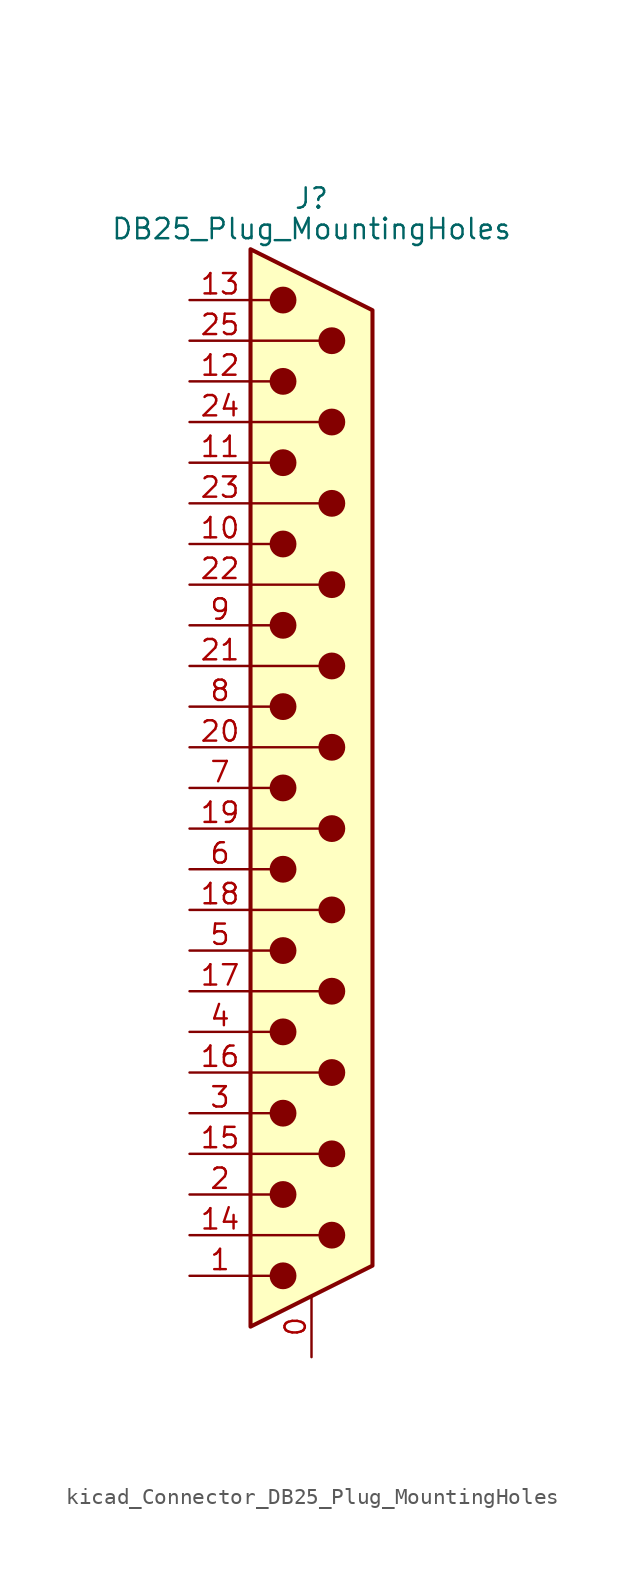
<source format=kicad_sym>
(kicad_symbol_lib
  (version 20220914)
  (generator kicad_symbol_editor)
  (symbol "kicad_Connector_DB25_Plug_MountingHoles"
    (pin_names
      (offset 1.016) hide)
    (property "Reference" "J"
      (at 0 36.83 0)
      (effects (font (size 1.27 1.27))))
    (property "Value" "DB25_Plug_MountingHoles"
      (at 0 34.925 0)
      (effects (font (size 1.27 1.27))))
    (symbol "kicad_Connector_DB25_Plug_MountingHoles_0_1"
      (circle (center -1.778 -30.48) (radius 0.762) (stroke (width 0) (type default)) (fill (type outline)))
      (circle (center -1.778 -25.4) (radius 0.762) (stroke (width 0) (type default)) (fill (type outline)))
      (circle (center -1.778 -20.32) (radius 0.762) (stroke (width 0) (type default)) (fill (type outline)))
      (circle (center -1.778 -15.24) (radius 0.762) (stroke (width 0) (type default)) (fill (type outline)))
      (circle (center -1.778 -10.16) (radius 0.762) (stroke (width 0) (type default)) (fill (type outline)))
      (circle (center -1.778 -5.08) (radius 0.762) (stroke (width 0) (type default)) (fill (type outline)))
      (circle (center -1.778 0) (radius 0.762) (stroke (width 0) (type default)) (fill (type outline)))
      (circle (center -1.778 5.08) (radius 0.762) (stroke (width 0) (type default)) (fill (type outline)))
      (circle (center -1.778 10.16) (radius 0.762) (stroke (width 0) (type default)) (fill (type outline)))
      (circle (center -1.778 15.24) (radius 0.762) (stroke (width 0) (type default)) (fill (type outline)))
      (circle (center -1.778 20.32) (radius 0.762) (stroke (width 0) (type default)) (fill (type outline)))
      (circle (center -1.778 25.4) (radius 0.762) (stroke (width 0) (type default)) (fill (type outline)))
      (circle (center -1.778 30.48) (radius 0.762) (stroke (width 0) (type default)) (fill (type outline)))
      (polyline (pts (xy -3.81 -30.48) (xy -2.54 -30.48)) (stroke (width 0) (type default)) (fill (type none)))
      (polyline (pts (xy -3.81 -27.94) (xy 0.508 -27.94)) (stroke (width 0) (type default)) (fill (type none)))
      (polyline (pts (xy -3.81 -25.4) (xy -2.54 -25.4)) (stroke (width 0) (type default)) (fill (type none)))
      (polyline (pts (xy -3.81 -22.86) (xy 0.508 -22.86)) (stroke (width 0) (type default)) (fill (type none)))
      (polyline (pts (xy -3.81 -20.32) (xy -2.54 -20.32)) (stroke (width 0) (type default)) (fill (type none)))
      (polyline (pts (xy -3.81 -17.78) (xy 0.508 -17.78)) (stroke (width 0) (type default)) (fill (type none)))
      (polyline (pts (xy -3.81 -15.24) (xy -2.54 -15.24)) (stroke (width 0) (type default)) (fill (type none)))
      (polyline (pts (xy -3.81 -12.7) (xy 0.508 -12.7)) (stroke (width 0) (type default)) (fill (type none)))
      (polyline (pts (xy -3.81 -10.16) (xy -2.54 -10.16)) (stroke (width 0) (type default)) (fill (type none)))
      (polyline (pts (xy -3.81 -7.62) (xy 0.508 -7.62)) (stroke (width 0) (type default)) (fill (type none)))
      (polyline (pts (xy -3.81 -5.08) (xy -2.54 -5.08)) (stroke (width 0) (type default)) (fill (type none)))
      (polyline (pts (xy -3.81 -2.54) (xy 0.508 -2.54)) (stroke (width 0) (type default)) (fill (type none)))
      (polyline (pts (xy -3.81 0) (xy -2.54 0)) (stroke (width 0) (type default)) (fill (type none)))
      (polyline (pts (xy -3.81 2.54) (xy 0.508 2.54)) (stroke (width 0) (type default)) (fill (type none)))
      (polyline (pts (xy -3.81 5.08) (xy -2.54 5.08)) (stroke (width 0) (type default)) (fill (type none)))
      (polyline (pts (xy -3.81 7.62) (xy 0.508 7.62)) (stroke (width 0) (type default)) (fill (type none)))
      (polyline (pts (xy -3.81 10.16) (xy -2.54 10.16)) (stroke (width 0) (type default)) (fill (type none)))
      (polyline (pts (xy -3.81 12.7) (xy 0.508 12.7)) (stroke (width 0) (type default)) (fill (type none)))
      (polyline (pts (xy -3.81 15.24) (xy -2.54 15.24)) (stroke (width 0) (type default)) (fill (type none)))
      (polyline (pts (xy -3.81 17.78) (xy 0.508 17.78)) (stroke (width 0) (type default)) (fill (type none)))
      (polyline (pts (xy -3.81 20.32) (xy -2.54 20.32)) (stroke (width 0) (type default)) (fill (type none)))
      (polyline (pts (xy -3.81 22.86) (xy 0.508 22.86)) (stroke (width 0) (type default)) (fill (type none)))
      (polyline (pts (xy -3.81 25.4) (xy -2.54 25.4)) (stroke (width 0) (type default)) (fill (type none)))
      (polyline (pts (xy -3.81 27.94) (xy 0.508 27.94)) (stroke (width 0) (type default)) (fill (type none)))
      (polyline (pts (xy -3.81 30.48) (xy -2.54 30.48)) (stroke (width 0) (type default)) (fill (type none)))
      (polyline (pts (xy -3.81 -33.655) (xy 3.81 -29.845) (xy 3.81 29.845) (xy -3.81 33.655) (xy -3.81 -33.655)) (stroke (width 0.254) (type default)) (fill (type background)))
      (circle (center 1.27 -27.94) (radius 0.762) (stroke (width 0) (type default)) (fill (type outline)))
      (circle (center 1.27 -22.86) (radius 0.762) (stroke (width 0) (type default)) (fill (type outline)))
      (circle (center 1.27 -17.78) (radius 0.762) (stroke (width 0) (type default)) (fill (type outline)))
      (circle (center 1.27 -12.7) (radius 0.762) (stroke (width 0) (type default)) (fill (type outline)))
      (circle (center 1.27 -7.62) (radius 0.762) (stroke (width 0) (type default)) (fill (type outline)))
      (circle (center 1.27 -2.54) (radius 0.762) (stroke (width 0) (type default)) (fill (type outline)))
      (circle (center 1.27 2.54) (radius 0.762) (stroke (width 0) (type default)) (fill (type outline)))
      (circle (center 1.27 7.62) (radius 0.762) (stroke (width 0) (type default)) (fill (type outline)))
      (circle (center 1.27 12.7) (radius 0.762) (stroke (width 0) (type default)) (fill (type outline)))
      (circle (center 1.27 17.78) (radius 0.762) (stroke (width 0) (type default)) (fill (type outline)))
      (circle (center 1.27 22.86) (radius 0.762) (stroke (width 0) (type default)) (fill (type outline)))
      (circle (center 1.27 27.94) (radius 0.762) (stroke (width 0) (type default)) (fill (type outline))))
    (symbol "kicad_Connector_DB25_Plug_MountingHoles_1_1"
      (pin passive line (at 0 -35.56 90) (length 3.81) (name "PAD" (effects (font (size 1.27 1.27)))) (number "0" (effects (font (size 1.27 1.27)))))
      (pin passive line (at -7.62 -30.48 0) (length 3.81) (name "1" (effects (font (size 1.27 1.27)))) (number "1" (effects (font (size 1.27 1.27)))))
      (pin passive line (at -7.62 15.24 0) (length 3.81) (name "10" (effects (font (size 1.27 1.27)))) (number "10" (effects (font (size 1.27 1.27)))))
      (pin passive line (at -7.62 20.32 0) (length 3.81) (name "11" (effects (font (size 1.27 1.27)))) (number "11" (effects (font (size 1.27 1.27)))))
      (pin passive line (at -7.62 25.4 0) (length 3.81) (name "12" (effects (font (size 1.27 1.27)))) (number "12" (effects (font (size 1.27 1.27)))))
      (pin passive line (at -7.62 30.48 0) (length 3.81) (name "13" (effects (font (size 1.27 1.27)))) (number "13" (effects (font (size 1.27 1.27)))))
      (pin passive line (at -7.62 -27.94 0) (length 3.81) (name "P14" (effects (font (size 1.27 1.27)))) (number "14" (effects (font (size 1.27 1.27)))))
      (pin passive line (at -7.62 -22.86 0) (length 3.81) (name "P15" (effects (font (size 1.27 1.27)))) (number "15" (effects (font (size 1.27 1.27)))))
      (pin passive line (at -7.62 -17.78 0) (length 3.81) (name "P16" (effects (font (size 1.27 1.27)))) (number "16" (effects (font (size 1.27 1.27)))))
      (pin passive line (at -7.62 -12.7 0) (length 3.81) (name "P17" (effects (font (size 1.27 1.27)))) (number "17" (effects (font (size 1.27 1.27)))))
      (pin passive line (at -7.62 -7.62 0) (length 3.81) (name "P18" (effects (font (size 1.27 1.27)))) (number "18" (effects (font (size 1.27 1.27)))))
      (pin passive line (at -7.62 -2.54 0) (length 3.81) (name "P19" (effects (font (size 1.27 1.27)))) (number "19" (effects (font (size 1.27 1.27)))))
      (pin passive line (at -7.62 -25.4 0) (length 3.81) (name "2" (effects (font (size 1.27 1.27)))) (number "2" (effects (font (size 1.27 1.27)))))
      (pin passive line (at -7.62 2.54 0) (length 3.81) (name "P20" (effects (font (size 1.27 1.27)))) (number "20" (effects (font (size 1.27 1.27)))))
      (pin passive line (at -7.62 7.62 0) (length 3.81) (name "P21" (effects (font (size 1.27 1.27)))) (number "21" (effects (font (size 1.27 1.27)))))
      (pin passive line (at -7.62 12.7 0) (length 3.81) (name "P22" (effects (font (size 1.27 1.27)))) (number "22" (effects (font (size 1.27 1.27)))))
      (pin passive line (at -7.62 17.78 0) (length 3.81) (name "P23" (effects (font (size 1.27 1.27)))) (number "23" (effects (font (size 1.27 1.27)))))
      (pin passive line (at -7.62 22.86 0) (length 3.81) (name "P24" (effects (font (size 1.27 1.27)))) (number "24" (effects (font (size 1.27 1.27)))))
      (pin passive line (at -7.62 27.94 0) (length 3.81) (name "P25" (effects (font (size 1.27 1.27)))) (number "25" (effects (font (size 1.27 1.27)))))
      (pin passive line (at -7.62 -20.32 0) (length 3.81) (name "3" (effects (font (size 1.27 1.27)))) (number "3" (effects (font (size 1.27 1.27)))))
      (pin passive line (at -7.62 -15.24 0) (length 3.81) (name "4" (effects (font (size 1.27 1.27)))) (number "4" (effects (font (size 1.27 1.27)))))
      (pin passive line (at -7.62 -10.16 0) (length 3.81) (name "5" (effects (font (size 1.27 1.27)))) (number "5" (effects (font (size 1.27 1.27)))))
      (pin passive line (at -7.62 -5.08 0) (length 3.81) (name "6" (effects (font (size 1.27 1.27)))) (number "6" (effects (font (size 1.27 1.27)))))
      (pin passive line (at -7.62 0 0) (length 3.81) (name "7" (effects (font (size 1.27 1.27)))) (number "7" (effects (font (size 1.27 1.27)))))
      (pin passive line (at -7.62 5.08 0) (length 3.81) (name "8" (effects (font (size 1.27 1.27)))) (number "8" (effects (font (size 1.27 1.27)))))
      (pin passive line (at -7.62 10.16 0) (length 3.81) (name "9" (effects (font (size 1.27 1.27)))) (number "9" (effects (font (size 1.27 1.27))))))))
</source>
